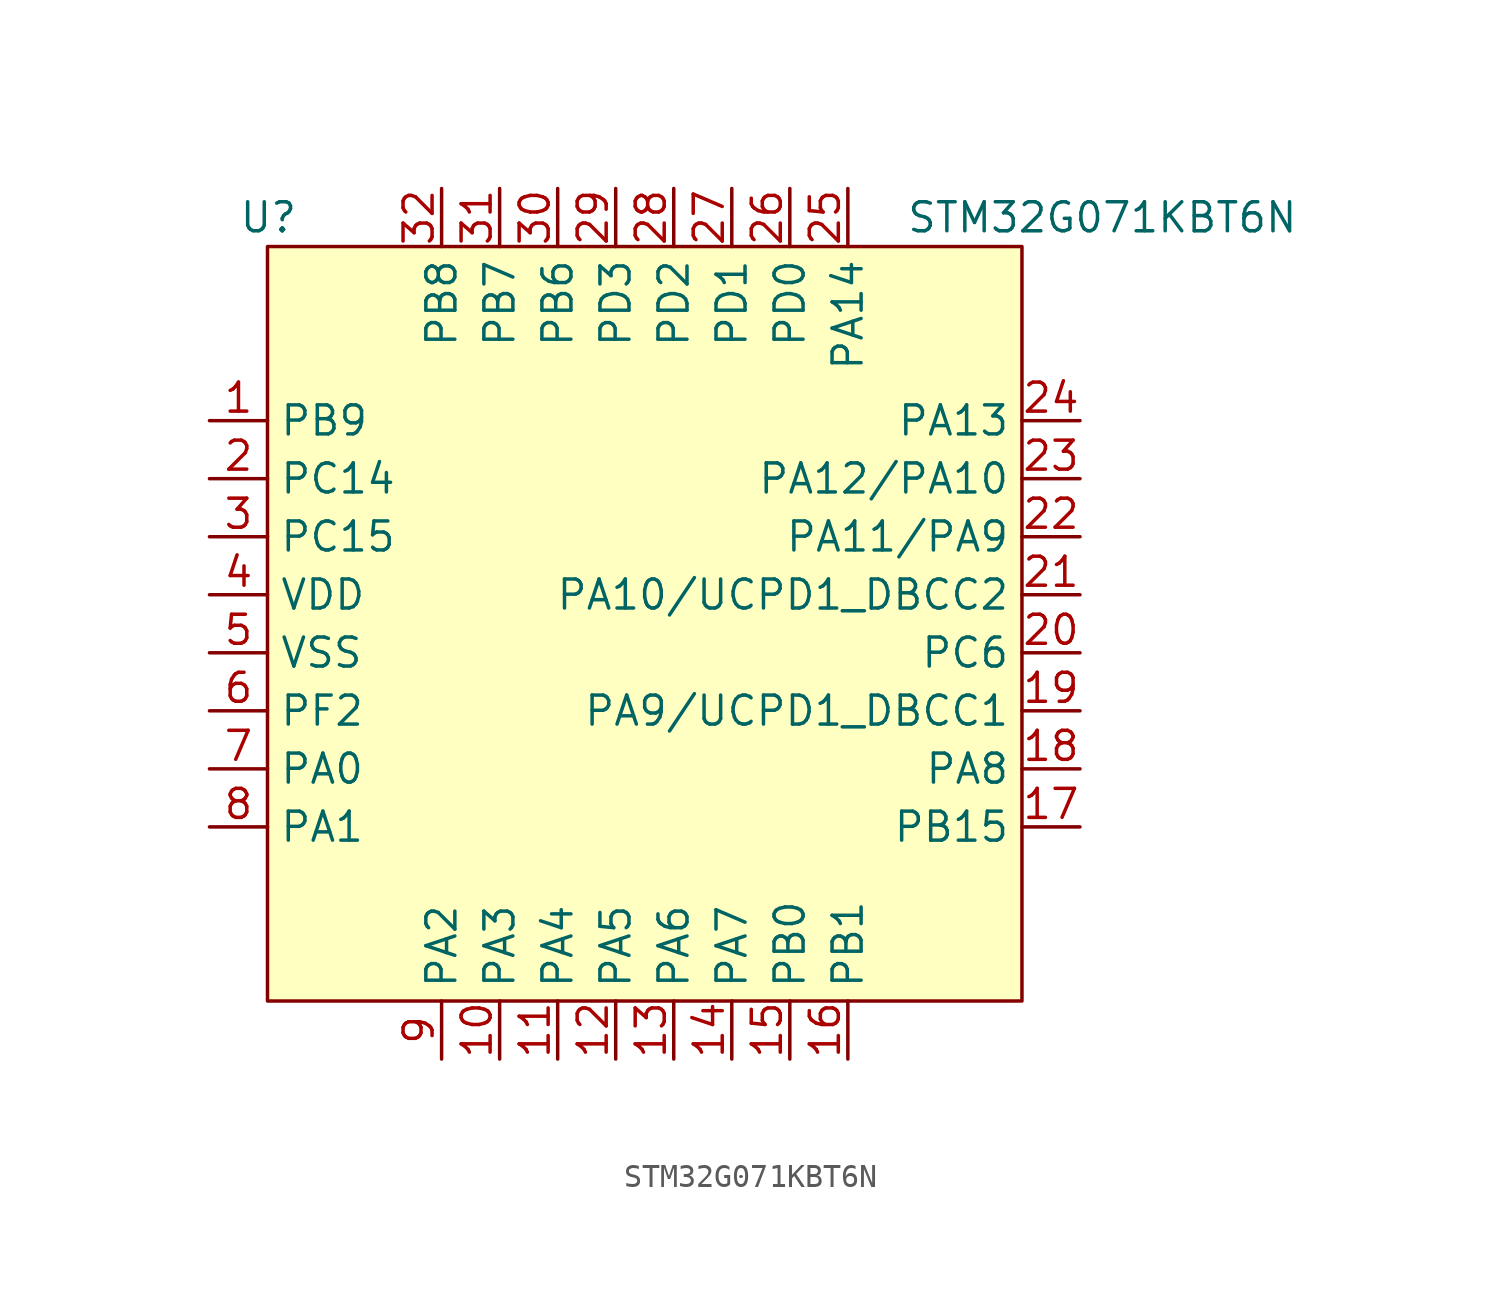
<source format=kicad_sym>
(kicad_symbol_lib
  (version 20231120)
  (generator "kicad_symbol_editor")
  (generator_version "8.0")
  (symbol "STM32G071KBT6N"
    (property "Reference" "U"
      (at -17.78 17.78 0)
      (effects (font (size 1.27 1.27)) (justify left)))
    (property "Value" "STM32G071KBT6N"
      (at 11.43 17.78 0)
      (effects (font (size 1.27 1.27)) (justify left)))
    (property "ki_locked" ""
      (at 0 0 0)
      (effects (font (size 1.27 1.27))))
    (symbol "STM32G071KBT6N_1_1"
      (rectangle (start -16.51 16.51) (end 16.51 -16.51) (stroke (width 0) (type default)) (fill (type background)))
      (pin bidirectional line (at -19.05 8.89 0) (length 2.54) (name "PB9" (effects (font (size 1.27 1.27)))) (number "1" (effects (font (size 1.27 1.27)))) (alternate "DAC1_EXTI9" bidirectional line) (alternate "I2C1_SDA" bidirectional line) (alternate "IR_OUT" bidirectional line) (alternate "SPI2_NSS" bidirectional line) (alternate "TIM17_CH1" bidirectional line) (alternate "USART3_RX" bidirectional line))
      (pin bidirectional line (at -6.35 -19.05 90) (length 2.54) (name "PA3" (effects (font (size 1.27 1.27)))) (number "10" (effects (font (size 1.27 1.27)))) (alternate "ADC1_IN3" bidirectional line) (alternate "COMP2_INP" bidirectional line) (alternate "LPUART1_RX" bidirectional line) (alternate "SPI2_MISO" bidirectional line) (alternate "TIM15_CH2" bidirectional line) (alternate "TIM2_CH4" bidirectional line) (alternate "USART2_RX" bidirectional line))
      (pin bidirectional line (at -3.81 -19.05 90) (length 2.54) (name "PA4" (effects (font (size 1.27 1.27)))) (number "11" (effects (font (size 1.27 1.27)))) (alternate "ADC1_IN4" bidirectional line) (alternate "DAC1_OUT1" bidirectional line) (alternate "I2S1_WS" bidirectional line) (alternate "LPTIM2_OUT" bidirectional line) (alternate "RTC_OUT_ALARM" bidirectional line) (alternate "RTC_OUT_CALIB" bidirectional line) (alternate "RTC_TAMP_IN1" bidirectional line) (alternate "RTC_TS" bidirectional line) (alternate "SPI1_NSS" bidirectional line) (alternate "SPI2_MOSI" bidirectional line) (alternate "SYS_WKUP2" bidirectional line) (alternate "TIM14_CH1" bidirectional line))
      (pin bidirectional line (at -1.27 -19.05 90) (length 2.54) (name "PA5" (effects (font (size 1.27 1.27)))) (number "12" (effects (font (size 1.27 1.27)))) (alternate "ADC1_IN5" bidirectional line) (alternate "CEC" bidirectional line) (alternate "DAC1_OUT2" bidirectional line) (alternate "I2S1_CK" bidirectional line) (alternate "LPTIM2_ETR" bidirectional line) (alternate "SPI1_SCK" bidirectional line) (alternate "TIM2_CH1" bidirectional line) (alternate "TIM2_ETR" bidirectional line) (alternate "UCPD1_FRSTX1" bidirectional line) (alternate "UCPD1_FRSTX2" bidirectional line) (alternate "USART3_TX" bidirectional line))
      (pin bidirectional line (at 1.27 -19.05 90) (length 2.54) (name "PA6" (effects (font (size 1.27 1.27)))) (number "13" (effects (font (size 1.27 1.27)))) (alternate "ADC1_IN6" bidirectional line) (alternate "COMP1_OUT" bidirectional line) (alternate "I2S1_MCK" bidirectional line) (alternate "LPUART1_CTS" bidirectional line) (alternate "SPI1_MISO" bidirectional line) (alternate "TIM16_CH1" bidirectional line) (alternate "TIM1_BK" bidirectional line) (alternate "TIM3_CH1" bidirectional line) (alternate "USART3_CTS" bidirectional line) (alternate "USART3_NSS" bidirectional line))
      (pin bidirectional line (at 3.81 -19.05 90) (length 2.54) (name "PA7" (effects (font (size 1.27 1.27)))) (number "14" (effects (font (size 1.27 1.27)))) (alternate "ADC1_IN7" bidirectional line) (alternate "COMP2_OUT" bidirectional line) (alternate "I2S1_SD" bidirectional line) (alternate "SPI1_MOSI" bidirectional line) (alternate "TIM14_CH1" bidirectional line) (alternate "TIM17_CH1" bidirectional line) (alternate "TIM1_CH1N" bidirectional line) (alternate "TIM3_CH2" bidirectional line) (alternate "UCPD1_FRSTX1" bidirectional line) (alternate "UCPD1_FRSTX2" bidirectional line))
      (pin bidirectional line (at 6.35 -19.05 90) (length 2.54) (name "PB0" (effects (font (size 1.27 1.27)))) (number "15" (effects (font (size 1.27 1.27)))) (alternate "ADC1_IN8" bidirectional line) (alternate "COMP1_OUT" bidirectional line) (alternate "I2S1_WS" bidirectional line) (alternate "LPTIM1_OUT" bidirectional line) (alternate "SPI1_NSS" bidirectional line) (alternate "TIM1_CH2N" bidirectional line) (alternate "TIM3_CH3" bidirectional line) (alternate "UCPD1_FRSTX1" bidirectional line) (alternate "UCPD1_FRSTX2" bidirectional line) (alternate "USART3_RX" bidirectional line))
      (pin bidirectional line (at 8.89 -19.05 90) (length 2.54) (name "PB1" (effects (font (size 1.27 1.27)))) (number "16" (effects (font (size 1.27 1.27)))) (alternate "ADC1_IN9" bidirectional line) (alternate "COMP1_INM" bidirectional line) (alternate "LPTIM2_IN1" bidirectional line) (alternate "LPUART1_DE" bidirectional line) (alternate "LPUART1_RTS" bidirectional line) (alternate "TIM14_CH1" bidirectional line) (alternate "TIM1_CH3N" bidirectional line) (alternate "TIM3_CH4" bidirectional line) (alternate "USART3_CK" bidirectional line) (alternate "USART3_DE" bidirectional line) (alternate "USART3_RTS" bidirectional line))
      (pin bidirectional line (at 19.05 -8.89 180) (length 2.54) (name "PB15" (effects (font (size 1.27 1.27)))) (number "17" (effects (font (size 1.27 1.27)))) (alternate "ADC1_IN10" bidirectional line) (alternate "COMP1_INP" bidirectional line) (alternate "LPTIM1_OUT" bidirectional line) (alternate "SPI2_MISO" bidirectional line) (alternate "USART3_TX" bidirectional line))
      (pin bidirectional line (at 19.05 -6.35 180) (length 2.54) (name "PA8" (effects (font (size 1.27 1.27)))) (number "18" (effects (font (size 1.27 1.27)))) (alternate "LPTIM2_OUT" bidirectional line) (alternate "RCC_MCO" bidirectional line) (alternate "SPI2_NSS" bidirectional line) (alternate "TIM1_CH1" bidirectional line) (alternate "UCPD1_CC1" bidirectional line))
      (pin bidirectional line (at 19.05 -3.81 180) (length 2.54) (name "PA9/UCPD1_DBCC1" (effects (font (size 1.27 1.27)))) (number "19" (effects (font (size 1.27 1.27)))) (alternate "DAC1_EXTI9" bidirectional line) (alternate "I2C1_SCL" bidirectional line) (alternate "RCC_MCO" bidirectional line) (alternate "SPI2_MISO" bidirectional line) (alternate "TIM15_BK" bidirectional line) (alternate "TIM1_CH2" bidirectional line) (alternate "UCPD1_DBCC1" bidirectional line) (alternate "USART1_TX" bidirectional line))
      (pin bidirectional line (at -19.05 6.35 0) (length 2.54) (name "PC14" (effects (font (size 1.27 1.27)))) (number "2" (effects (font (size 1.27 1.27)))) (alternate "RCC_OSC32_IN" bidirectional line) (alternate "RCC_OSC_IN" bidirectional line) (alternate "TIM1_BK2" bidirectional line))
      (pin bidirectional line (at 19.05 -1.27 180) (length 2.54) (name "PC6" (effects (font (size 1.27 1.27)))) (number "20" (effects (font (size 1.27 1.27)))) (alternate "TIM2_CH3" bidirectional line) (alternate "TIM3_CH1" bidirectional line) (alternate "UCPD1_FRSTX1" bidirectional line) (alternate "UCPD1_FRSTX2" bidirectional line))
      (pin bidirectional line (at 19.05 1.27 180) (length 2.54) (name "PA10/UCPD1_DBCC2" (effects (font (size 1.27 1.27)))) (number "21" (effects (font (size 1.27 1.27)))) (alternate "I2C1_SDA" bidirectional line) (alternate "SPI2_MOSI" bidirectional line) (alternate "TIM17_BK" bidirectional line) (alternate "TIM1_CH3" bidirectional line) (alternate "UCPD1_DBCC2" bidirectional line) (alternate "USART1_RX" bidirectional line))
      (pin bidirectional line (at 19.05 3.81 180) (length 2.54) (name "PA11/PA9" (effects (font (size 1.27 1.27)))) (number "22" (effects (font (size 1.27 1.27)))) (alternate "ADC1_EXTI11" bidirectional line) (alternate "COMP1_OUT" bidirectional line) (alternate "I2C2_SCL" bidirectional line) (alternate "I2S1_MCK" bidirectional line) (alternate "SPI1_MISO" bidirectional line) (alternate "TIM1_BK2" bidirectional line) (alternate "TIM1_CH4" bidirectional line) (alternate "USART1_CTS" bidirectional line) (alternate "USART1_NSS" bidirectional line))
      (pin bidirectional line (at 19.05 6.35 180) (length 2.54) (name "PA12/PA10" (effects (font (size 1.27 1.27)))) (number "23" (effects (font (size 1.27 1.27)))) (alternate "COMP2_OUT" bidirectional line) (alternate "I2C2_SDA" bidirectional line) (alternate "I2S1_SD" bidirectional line) (alternate "I2S_CKIN" bidirectional line) (alternate "SPI1_MOSI" bidirectional line) (alternate "TIM1_ETR" bidirectional line) (alternate "USART1_CK" bidirectional line) (alternate "USART1_DE" bidirectional line) (alternate "USART1_RTS" bidirectional line))
      (pin bidirectional line (at 19.05 8.89 180) (length 2.54) (name "PA13" (effects (font (size 1.27 1.27)))) (number "24" (effects (font (size 1.27 1.27)))) (alternate "IR_OUT" bidirectional line) (alternate "SYS_SWDIO" bidirectional line))
      (pin bidirectional line (at 8.89 19.05 270) (length 2.54) (name "PA14" (effects (font (size 1.27 1.27)))) (number "25" (effects (font (size 1.27 1.27)))) (alternate "SYS_SWCLK" bidirectional line) (alternate "USART2_TX" bidirectional line))
      (pin bidirectional line (at 6.35 19.05 270) (length 2.54) (name "PD0" (effects (font (size 1.27 1.27)))) (number "26" (effects (font (size 1.27 1.27)))) (alternate "I2S1_WS" bidirectional line) (alternate "SPI1_NSS" bidirectional line) (alternate "TIM2_CH1" bidirectional line) (alternate "TIM2_ETR" bidirectional line) (alternate "USART2_RX" bidirectional line) (alternate "USART3_CK" bidirectional line) (alternate "USART3_DE" bidirectional line) (alternate "USART3_RTS" bidirectional line) (alternate "USART4_CK" bidirectional line) (alternate "USART4_DE" bidirectional line) (alternate "USART4_RTS" bidirectional line))
      (pin bidirectional line (at 3.81 19.05 270) (length 2.54) (name "PD1" (effects (font (size 1.27 1.27)))) (number "27" (effects (font (size 1.27 1.27)))) (alternate "COMP2_INM" bidirectional line) (alternate "I2S1_CK" bidirectional line) (alternate "SPI1_SCK" bidirectional line) (alternate "TIM1_CH2" bidirectional line) (alternate "TIM2_CH2" bidirectional line) (alternate "USART1_CK" bidirectional line) (alternate "USART1_DE" bidirectional line) (alternate "USART1_RTS" bidirectional line))
      (pin bidirectional line (at 1.27 19.05 270) (length 2.54) (name "PD2" (effects (font (size 1.27 1.27)))) (number "28" (effects (font (size 1.27 1.27)))) (alternate "COMP2_INP" bidirectional line) (alternate "I2S1_MCK" bidirectional line) (alternate "SPI1_MISO" bidirectional line) (alternate "TIM17_BK" bidirectional line) (alternate "TIM3_CH1" bidirectional line) (alternate "USART1_CTS" bidirectional line) (alternate "USART1_NSS" bidirectional line))
      (pin bidirectional line (at -1.27 19.05 270) (length 2.54) (name "PD3" (effects (font (size 1.27 1.27)))) (number "29" (effects (font (size 1.27 1.27)))) (alternate "COMP2_OUT" bidirectional line) (alternate "I2C1_SMBA" bidirectional line) (alternate "I2S1_SD" bidirectional line) (alternate "LPTIM1_IN1" bidirectional line) (alternate "SPI1_MOSI" bidirectional line) (alternate "SYS_WKUP6" bidirectional line) (alternate "TIM16_BK" bidirectional line) (alternate "TIM3_CH2" bidirectional line))
      (pin bidirectional line (at -19.05 3.81 0) (length 2.54) (name "PC15" (effects (font (size 1.27 1.27)))) (number "3" (effects (font (size 1.27 1.27)))) (alternate "RCC_OSC32_EN" bidirectional line) (alternate "RCC_OSC32_OUT" bidirectional line) (alternate "RCC_OSC_EN" bidirectional line) (alternate "TIM15_BK" bidirectional line))
      (pin bidirectional line (at -3.81 19.05 270) (length 2.54) (name "PB6" (effects (font (size 1.27 1.27)))) (number "30" (effects (font (size 1.27 1.27)))) (alternate "COMP2_INP" bidirectional line) (alternate "I2C1_SCL" bidirectional line) (alternate "LPTIM1_ETR" bidirectional line) (alternate "SPI2_MISO" bidirectional line) (alternate "TIM16_CH1N" bidirectional line) (alternate "TIM1_CH3" bidirectional line) (alternate "USART1_TX" bidirectional line))
      (pin bidirectional line (at -6.35 19.05 270) (length 2.54) (name "PB7" (effects (font (size 1.27 1.27)))) (number "31" (effects (font (size 1.27 1.27)))) (alternate "COMP2_INM" bidirectional line) (alternate "I2C1_SDA" bidirectional line) (alternate "LPTIM1_IN2" bidirectional line) (alternate "SPI2_MOSI" bidirectional line) (alternate "SYS_PVD_IN" bidirectional line) (alternate "TIM17_CH1N" bidirectional line) (alternate "USART1_RX" bidirectional line) (alternate "USART4_CTS" bidirectional line) (alternate "USART4_NSS" bidirectional line))
      (pin bidirectional line (at -8.89 19.05 270) (length 2.54) (name "PB8" (effects (font (size 1.27 1.27)))) (number "32" (effects (font (size 1.27 1.27)))) (alternate "CEC" bidirectional line) (alternate "I2C1_SCL" bidirectional line) (alternate "SPI2_SCK" bidirectional line) (alternate "TIM15_BK" bidirectional line) (alternate "TIM16_CH1" bidirectional line) (alternate "USART3_TX" bidirectional line))
      (pin power_in line (at -19.05 1.27 0) (length 2.54) (name "VDD" (effects (font (size 1.27 1.27)))) (number "4" (effects (font (size 1.27 1.27)))))
      (pin power_in line (at -19.05 -1.27 0) (length 2.54) (name "VSS" (effects (font (size 1.27 1.27)))) (number "5" (effects (font (size 1.27 1.27)))))
      (pin bidirectional line (at -19.05 -3.81 0) (length 2.54) (name "PF2" (effects (font (size 1.27 1.27)))) (number "6" (effects (font (size 1.27 1.27)))) (alternate "RCC_MCO" bidirectional line))
      (pin bidirectional line (at -19.05 -6.35 0) (length 2.54) (name "PA0" (effects (font (size 1.27 1.27)))) (number "7" (effects (font (size 1.27 1.27)))) (alternate "ADC1_IN0" bidirectional line) (alternate "COMP1_INM" bidirectional line) (alternate "COMP1_OUT" bidirectional line) (alternate "LPTIM1_OUT" bidirectional line) (alternate "RTC_TAMP_IN2" bidirectional line) (alternate "SPI2_SCK" bidirectional line) (alternate "SYS_WKUP1" bidirectional line) (alternate "TIM2_CH1" bidirectional line) (alternate "TIM2_ETR" bidirectional line) (alternate "USART2_CTS" bidirectional line) (alternate "USART2_NSS" bidirectional line) (alternate "USART4_TX" bidirectional line))
      (pin bidirectional line (at -19.05 -8.89 0) (length 2.54) (name "PA1" (effects (font (size 1.27 1.27)))) (number "8" (effects (font (size 1.27 1.27)))) (alternate "ADC1_IN1" bidirectional line) (alternate "COMP1_INP" bidirectional line) (alternate "I2C1_SMBA" bidirectional line) (alternate "I2S1_CK" bidirectional line) (alternate "SPI1_SCK" bidirectional line) (alternate "TIM15_CH1N" bidirectional line) (alternate "TIM2_CH2" bidirectional line) (alternate "USART2_CK" bidirectional line) (alternate "USART2_DE" bidirectional line) (alternate "USART2_RTS" bidirectional line) (alternate "USART4_RX" bidirectional line))
      (pin bidirectional line (at -8.89 -19.05 90) (length 2.54) (name "PA2" (effects (font (size 1.27 1.27)))) (number "9" (effects (font (size 1.27 1.27)))) (alternate "ADC1_IN2" bidirectional line) (alternate "COMP2_INM" bidirectional line) (alternate "COMP2_OUT" bidirectional line) (alternate "I2S1_SD" bidirectional line) (alternate "LPUART1_TX" bidirectional line) (alternate "RCC_LSCO" bidirectional line) (alternate "SPI1_MOSI" bidirectional line) (alternate "SYS_WKUP4" bidirectional line) (alternate "TIM15_CH1" bidirectional line) (alternate "TIM2_CH3" bidirectional line) (alternate "UCPD1_FRSTX1" bidirectional line) (alternate "UCPD1_FRSTX2" bidirectional line) (alternate "USART2_TX" bidirectional line)))))
</source>
